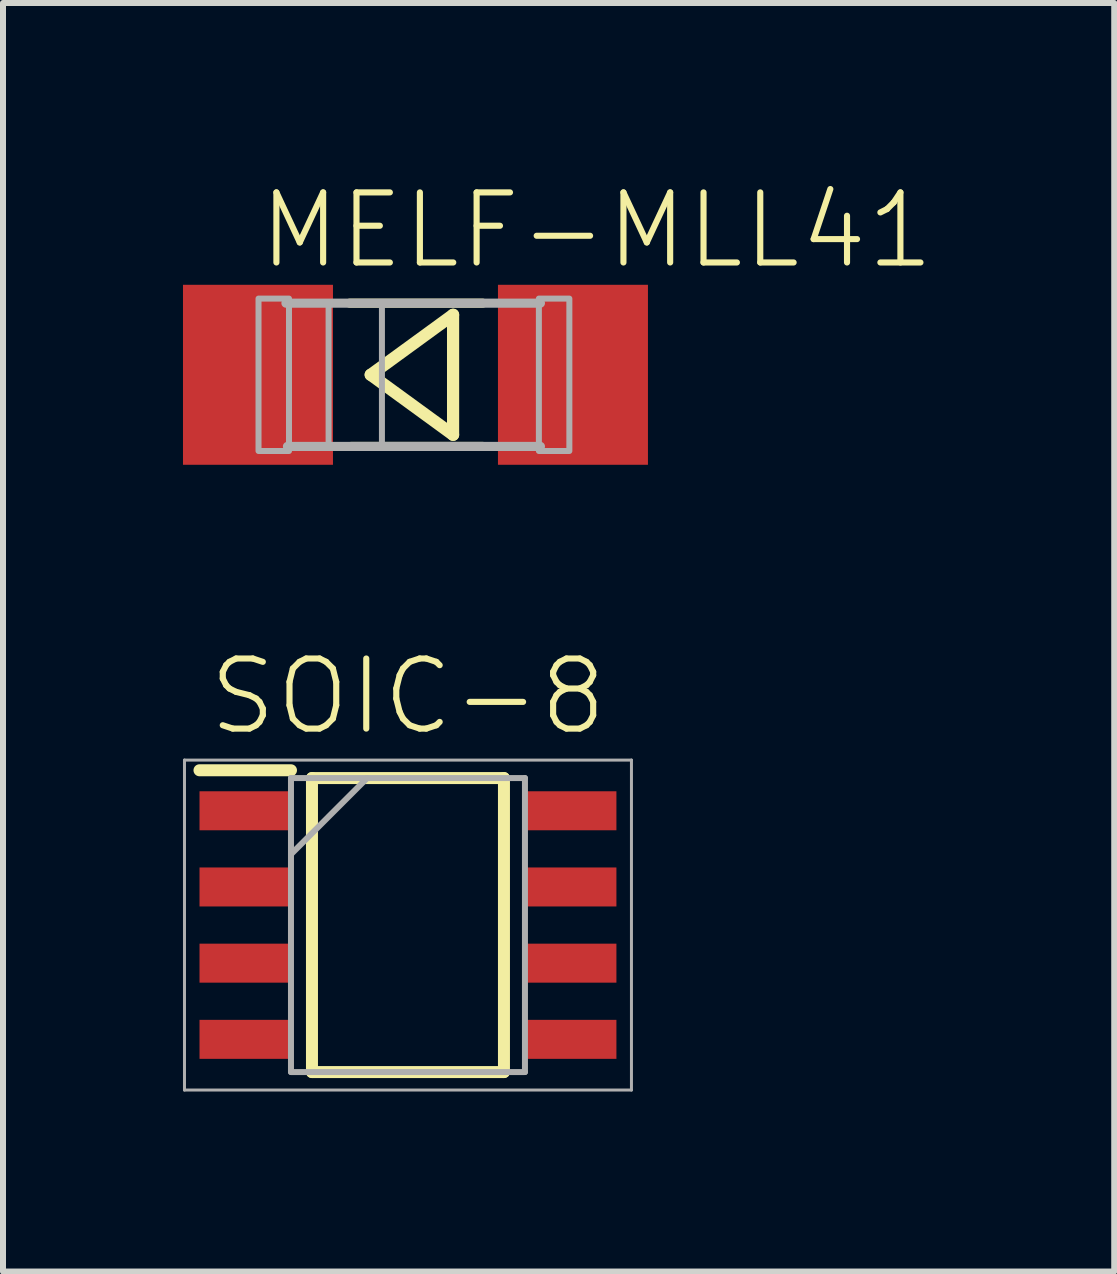
<source format=kicad_pcb>
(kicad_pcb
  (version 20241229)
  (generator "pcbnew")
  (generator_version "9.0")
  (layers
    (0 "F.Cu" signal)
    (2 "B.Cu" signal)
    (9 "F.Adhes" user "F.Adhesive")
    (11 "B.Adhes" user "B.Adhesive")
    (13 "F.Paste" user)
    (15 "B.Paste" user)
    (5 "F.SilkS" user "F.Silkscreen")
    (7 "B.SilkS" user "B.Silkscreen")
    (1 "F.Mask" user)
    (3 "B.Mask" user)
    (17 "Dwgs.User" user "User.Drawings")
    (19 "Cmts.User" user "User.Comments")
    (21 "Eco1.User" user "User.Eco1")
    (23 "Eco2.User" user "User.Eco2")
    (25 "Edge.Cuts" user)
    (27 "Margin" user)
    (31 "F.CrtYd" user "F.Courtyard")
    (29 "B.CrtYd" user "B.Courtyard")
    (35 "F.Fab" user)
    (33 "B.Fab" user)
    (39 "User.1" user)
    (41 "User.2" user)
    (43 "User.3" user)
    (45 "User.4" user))
  (footprint "SOIC-8"
    (layer "F.Cu")
    (at 3.75 12.369)
    (property "Reference" "SOIC-8" (at 0 -3.81 0) (layer "F.SilkS") (effects (font (size 1.168 1.168) (thickness 0.102))))
    (fp_line (start -3.475 -2.58) (end -1.95 -2.58) (stroke (width 0.2) (type solid)) (layer "F.SilkS"))
    (fp_line (start -1.6 -2.45) (end 1.6 -2.45) (stroke (width 0.2) (type solid)) (layer "F.SilkS"))
    (fp_line (start -1.6 2.45) (end -1.6 -2.45) (stroke (width 0.2) (type solid)) (layer "F.SilkS"))
    (fp_line (start 1.6 -2.45) (end 1.6 2.45) (stroke (width 0.2) (type solid)) (layer "F.SilkS"))
    (fp_line (start 1.6 2.45) (end -1.6 2.45) (stroke (width 0.2) (type solid)) (layer "F.SilkS"))
    (fp_line (start -3.725 -2.75) (end 3.725 -2.75) (stroke (width 0.05) (type solid)) (layer "F.Fab"))
    (fp_line (start -3.725 2.75) (end -3.725 -2.75) (stroke (width 0.05) (type solid)) (layer "F.Fab"))
    (fp_line (start -1.95 -2.45) (end 1.95 -2.45) (stroke (width 0.1) (type solid)) (layer "F.Fab"))
    (fp_line (start -1.95 -1.18) (end -0.68 -2.45) (stroke (width 0.1) (type solid)) (layer "F.Fab"))
    (fp_line (start -1.95 2.45) (end -1.95 -2.45) (stroke (width 0.1) (type solid)) (layer "F.Fab"))
    (fp_line (start 1.95 -2.45) (end 1.95 2.45) (stroke (width 0.1) (type solid)) (layer "F.Fab"))
    (fp_line (start 1.95 2.45) (end -1.95 2.45) (stroke (width 0.1) (type solid)) (layer "F.Fab"))
    (fp_line (start 3.725 -2.75) (end 3.725 2.75) (stroke (width 0.05) (type solid)) (layer "F.Fab"))
    (fp_line (start 3.725 2.75) (end -3.725 2.75) (stroke (width 0.05) (type solid)) (layer "F.Fab"))
    (pad "1" smd rect (at -2.712 -1.905) (size 1.525 0.65) (layers "F.Cu" "F.Mask" "F.Paste"))
    (pad "2" smd rect (at -2.712 -0.635) (size 1.525 0.65) (layers "F.Cu" "F.Mask" "F.Paste"))
    (pad "3" smd rect (at -2.712 0.635) (size 1.525 0.65) (layers "F.Cu" "F.Mask" "F.Paste"))
    (pad "4" smd rect (at -2.712 1.905) (size 1.525 0.65) (layers "F.Cu" "F.Mask" "F.Paste"))
    (pad "5" smd rect (at 2.712 1.905) (size 1.525 0.65) (layers "F.Cu" "F.Mask" "F.Paste"))
    (pad "6" smd rect (at 2.712 0.635) (size 1.525 0.65) (layers "F.Cu" "F.Mask" "F.Paste"))
    (pad "7" smd rect (at 2.712 -0.635) (size 1.525 0.65) (layers "F.Cu" "F.Mask" "F.Paste"))
    (pad "8" smd rect (at 2.712 -1.905) (size 1.525 0.65) (layers "F.Cu" "F.Mask" "F.Paste")))
  (footprint "MELF-MLL41"
    (layer "F.Cu")
    (at 3.875 3.197)
    (property "Reference" "MELF-MLL41" (at -2.663 -1.724 0) (layer "F.SilkS") (effects (font (size 1.168 1.168) (thickness 0.102)) (justify left bottom)))
    (fp_line (start -0.746 0) (end 0.627 1) (stroke (width 0.203) (type solid)) (layer "F.SilkS"))
    (fp_line (start 0.627 -1) (end -0.746 0) (stroke (width 0.203) (type solid)) (layer "F.SilkS"))
    (fp_line (start 0.627 1) (end 0.627 -1) (stroke (width 0.203) (type solid)) (layer "F.SilkS"))
    (fp_line (start 1.121 -1.194) (end -1.097 -1.194) (stroke (width 0.152) (type solid)) (layer "F.SilkS"))
    (fp_line (start 1.121 1.194) (end -1.072 1.194) (stroke (width 0.152) (type solid)) (layer "F.SilkS"))
    (fp_line (start 2.083 -1.194) (end -2.159 -1.194) (stroke (width 0.152) (type solid)) (layer "F.Fab"))
    (fp_line (start 2.083 1.194) (end -2.134 1.194) (stroke (width 0.152) (type solid)) (layer "F.Fab"))
    (fp_poly (pts (xy -2.616 1.27) (xy -2.108 1.27) (xy -2.108 -1.27) (xy -2.616 -1.27)) (stroke (width 0.1) (type default)) (fill no) (layer "F.Fab"))
    (fp_poly (pts (xy -1.448 1.194) (xy -0.559 1.194) (xy -0.559 -1.194) (xy -1.448 -1.194)) (stroke (width 0.1) (type default)) (fill no) (layer "F.Fab"))
    (fp_poly (pts (xy 2.057 1.27) (xy 2.565 1.27) (xy 2.565 -1.27) (xy 2.057 -1.27)) (stroke (width 0.1) (type default)) (fill no) (layer "F.Fab"))
    (pad "A" smd rect (at 2.625 0) (size 2.5 3) (layers "F.Cu" "F.Mask" "F.Paste"))
    (pad "C" smd rect (at -2.625 0) (size 2.5 3) (layers "F.Cu" "F.Mask" "F.Paste")))
  (gr_rect
    (start -3 -3)
    (end 15.522 18.144)
    (stroke (width 0.1) (type default))
    (fill no)
    (layer "Edge.Cuts")))
</source>
